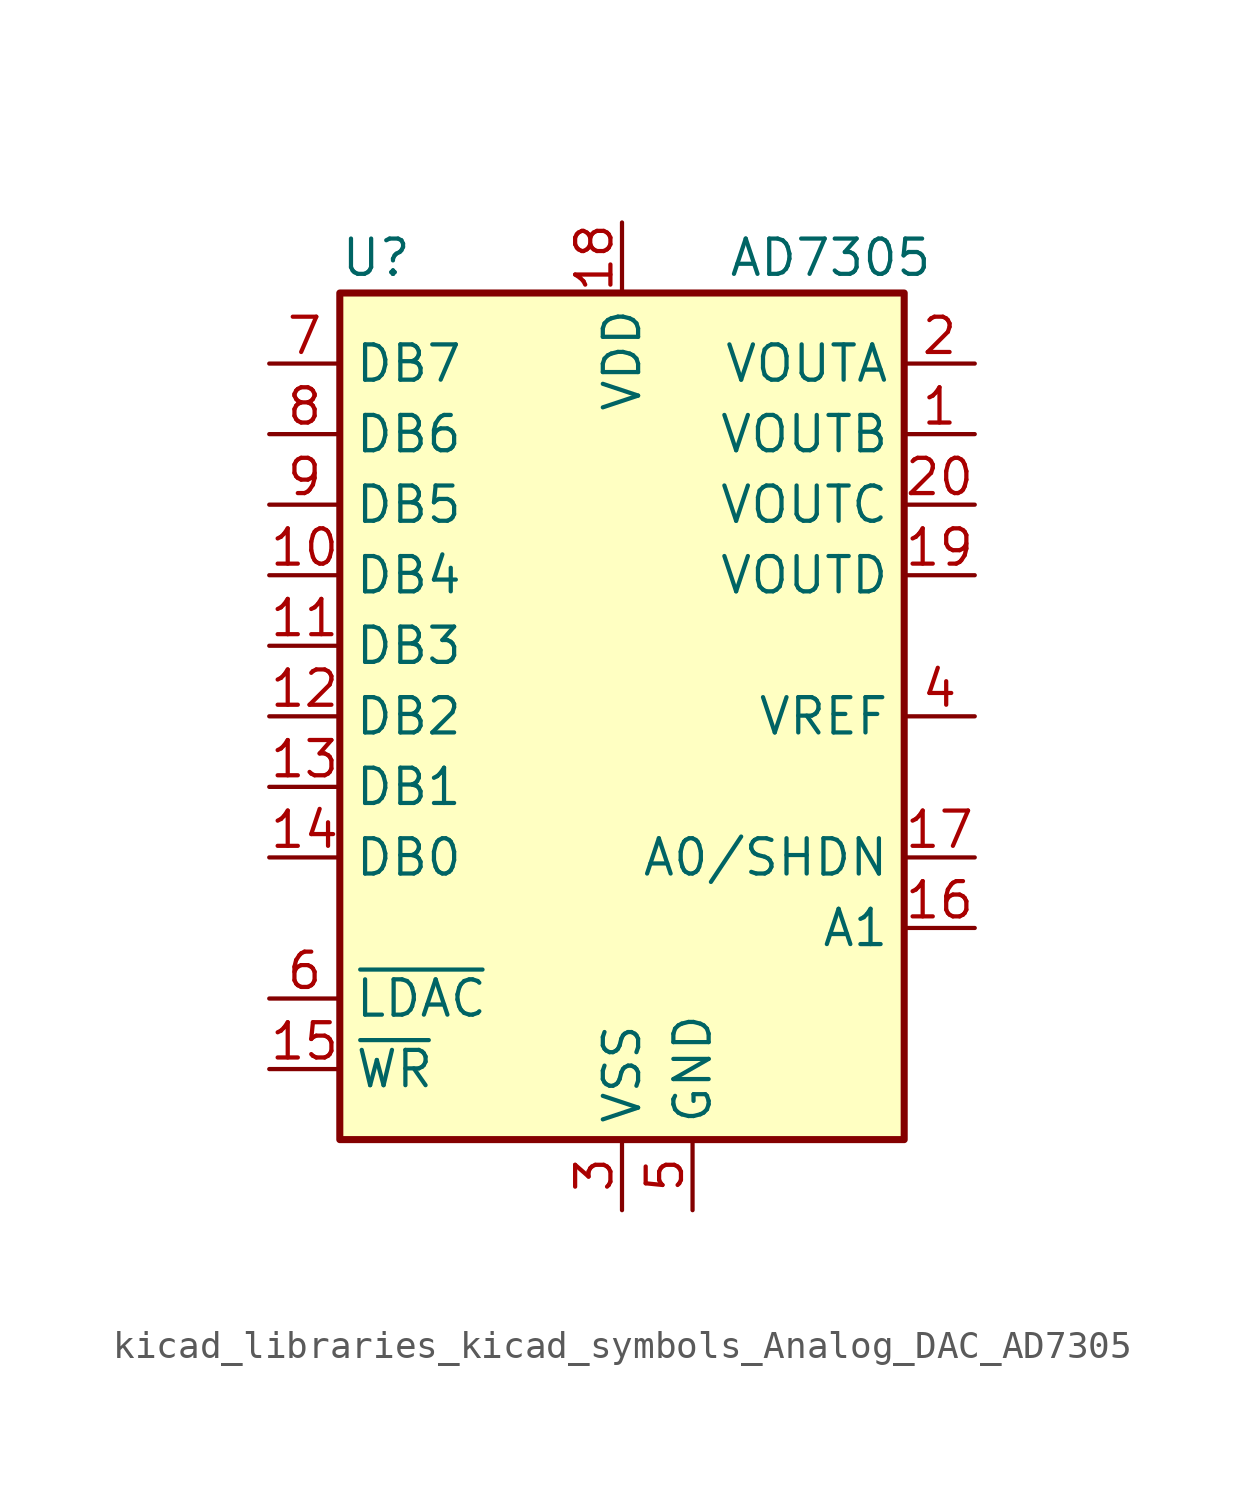
<source format=kicad_sym>
(kicad_symbol_lib
  (version 20220914)
  (generator kicad_symbol_editor)
  (symbol "kicad_libraries_kicad_symbols_Analog_DAC_AD7305"
    (property "Reference" "U"
      (at -10.16 16.51 0)
      (effects (font (size 1.27 1.27)) (justify left)))
    (property "Value" "AD7305"
      (at 3.81 16.51 0)
      (effects (font (size 1.27 1.27)) (justify left)))
    (symbol "kicad_libraries_kicad_symbols_Analog_DAC_AD7305_0_1"
      (rectangle (start -10.16 15.24) (end 10.16 -15.24) (stroke (width 0.254) (type default)) (fill (type background))))
    (symbol "kicad_libraries_kicad_symbols_Analog_DAC_AD7305_1_1"
      (pin output line (at 12.7 10.16 180) (length 2.54) (name "VOUTB" (effects (font (size 1.27 1.27)))) (number "1" (effects (font (size 1.27 1.27)))))
      (pin input line (at -12.7 5.08 0) (length 2.54) (name "DB4" (effects (font (size 1.27 1.27)))) (number "10" (effects (font (size 1.27 1.27)))))
      (pin input line (at -12.7 2.54 0) (length 2.54) (name "DB3" (effects (font (size 1.27 1.27)))) (number "11" (effects (font (size 1.27 1.27)))))
      (pin input line (at -12.7 0 0) (length 2.54) (name "DB2" (effects (font (size 1.27 1.27)))) (number "12" (effects (font (size 1.27 1.27)))))
      (pin input line (at -12.7 -2.54 0) (length 2.54) (name "DB1" (effects (font (size 1.27 1.27)))) (number "13" (effects (font (size 1.27 1.27)))))
      (pin input line (at -12.7 -5.08 0) (length 2.54) (name "DB0" (effects (font (size 1.27 1.27)))) (number "14" (effects (font (size 1.27 1.27)))))
      (pin output line (at -12.7 -12.7 0) (length 2.54) (name "~{WR}" (effects (font (size 1.27 1.27)))) (number "15" (effects (font (size 1.27 1.27)))))
      (pin input line (at 12.7 -7.62 180) (length 2.54) (name "A1" (effects (font (size 1.27 1.27)))) (number "16" (effects (font (size 1.27 1.27)))))
      (pin input line (at 12.7 -5.08 180) (length 2.54) (name "A0/SHDN" (effects (font (size 1.27 1.27)))) (number "17" (effects (font (size 1.27 1.27)))))
      (pin power_in line (at 0 17.78 270) (length 2.54) (name "VDD" (effects (font (size 1.27 1.27)))) (number "18" (effects (font (size 1.27 1.27)))))
      (pin output line (at 12.7 5.08 180) (length 2.54) (name "VOUTD" (effects (font (size 1.27 1.27)))) (number "19" (effects (font (size 1.27 1.27)))))
      (pin output line (at 12.7 12.7 180) (length 2.54) (name "VOUTA" (effects (font (size 1.27 1.27)))) (number "2" (effects (font (size 1.27 1.27)))))
      (pin output line (at 12.7 7.62 180) (length 2.54) (name "VOUTC" (effects (font (size 1.27 1.27)))) (number "20" (effects (font (size 1.27 1.27)))))
      (pin power_in line (at 0 -17.78 90) (length 2.54) (name "VSS" (effects (font (size 1.27 1.27)))) (number "3" (effects (font (size 1.27 1.27)))))
      (pin input line (at 12.7 0 180) (length 2.54) (name "VREF" (effects (font (size 1.27 1.27)))) (number "4" (effects (font (size 1.27 1.27)))))
      (pin power_in line (at 2.54 -17.78 90) (length 2.54) (name "GND" (effects (font (size 1.27 1.27)))) (number "5" (effects (font (size 1.27 1.27)))))
      (pin input line (at -12.7 -10.16 0) (length 2.54) (name "~{LDAC}" (effects (font (size 1.27 1.27)))) (number "6" (effects (font (size 1.27 1.27)))))
      (pin input line (at -12.7 12.7 0) (length 2.54) (name "DB7" (effects (font (size 1.27 1.27)))) (number "7" (effects (font (size 1.27 1.27)))))
      (pin input line (at -12.7 10.16 0) (length 2.54) (name "DB6" (effects (font (size 1.27 1.27)))) (number "8" (effects (font (size 1.27 1.27)))))
      (pin input line (at -12.7 7.62 0) (length 2.54) (name "DB5" (effects (font (size 1.27 1.27)))) (number "9" (effects (font (size 1.27 1.27))))))))
</source>
